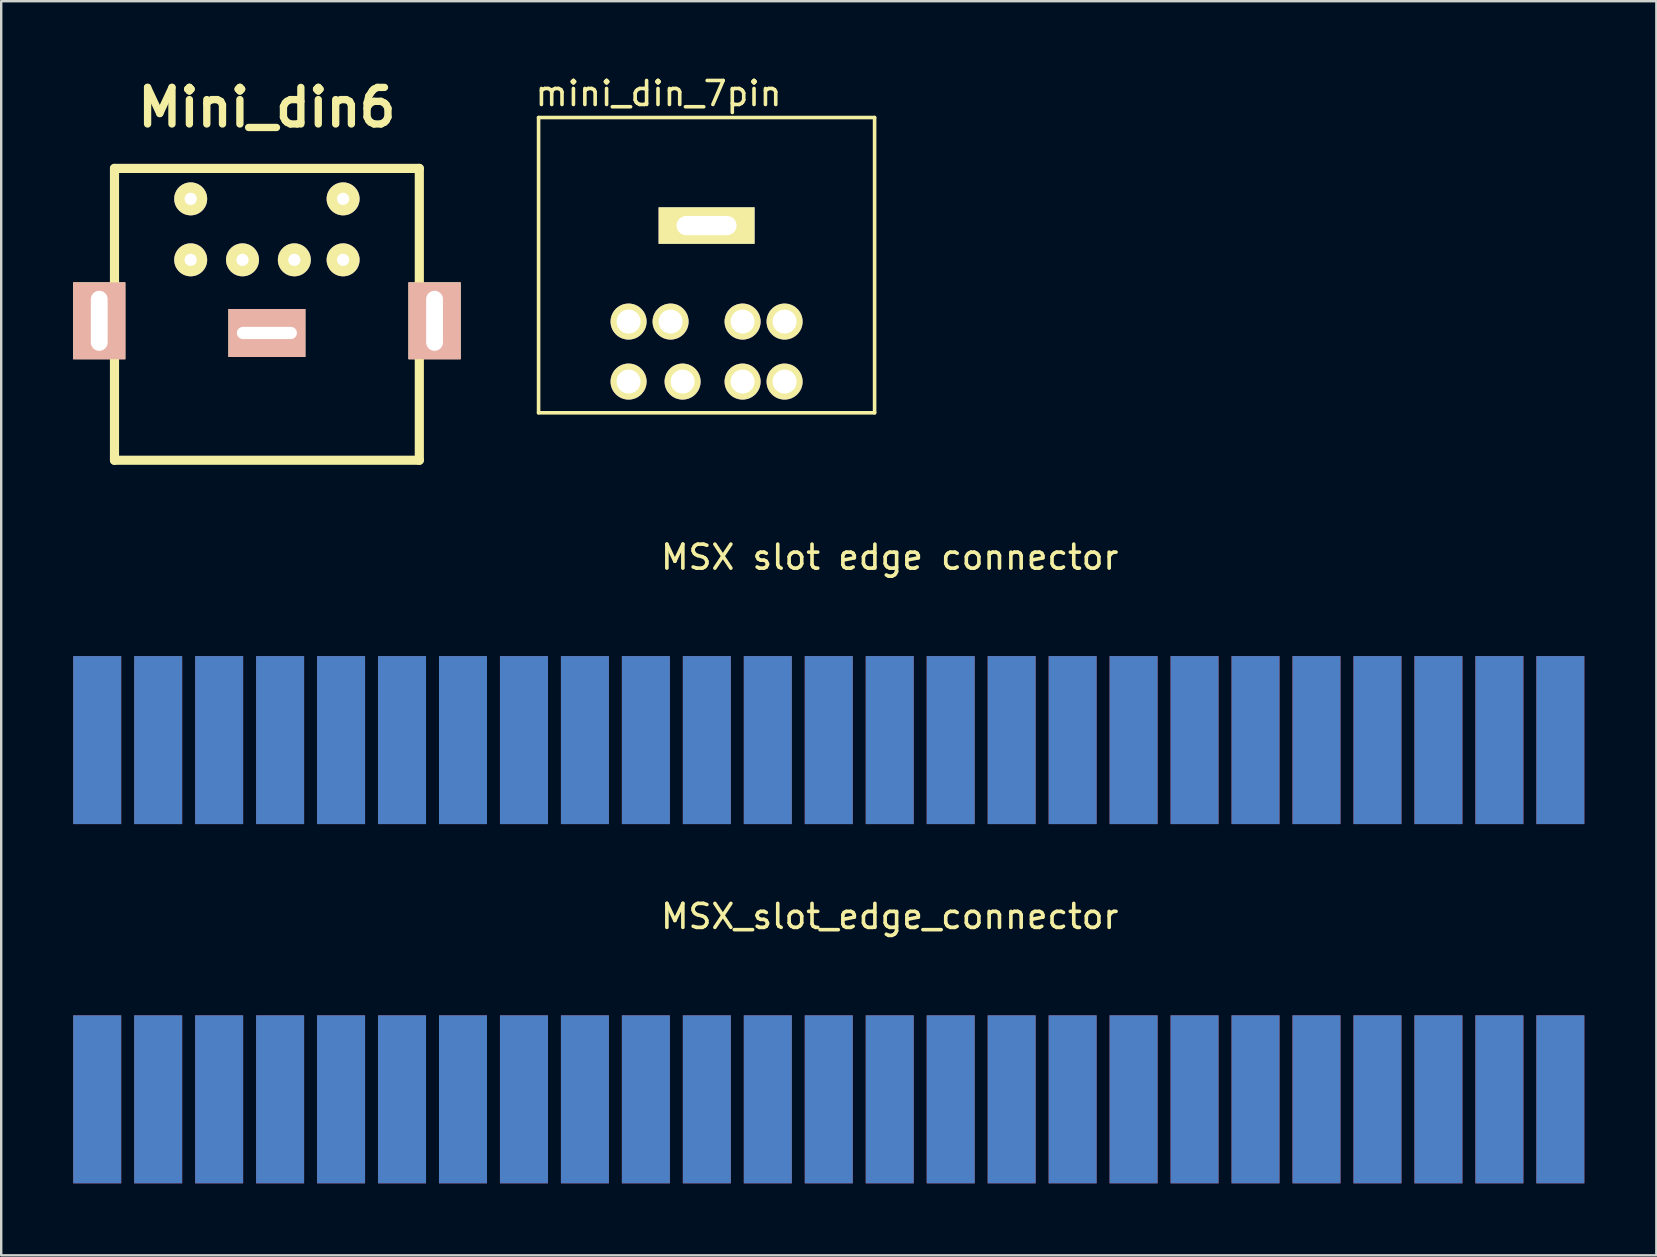
<source format=kicad_pcb>
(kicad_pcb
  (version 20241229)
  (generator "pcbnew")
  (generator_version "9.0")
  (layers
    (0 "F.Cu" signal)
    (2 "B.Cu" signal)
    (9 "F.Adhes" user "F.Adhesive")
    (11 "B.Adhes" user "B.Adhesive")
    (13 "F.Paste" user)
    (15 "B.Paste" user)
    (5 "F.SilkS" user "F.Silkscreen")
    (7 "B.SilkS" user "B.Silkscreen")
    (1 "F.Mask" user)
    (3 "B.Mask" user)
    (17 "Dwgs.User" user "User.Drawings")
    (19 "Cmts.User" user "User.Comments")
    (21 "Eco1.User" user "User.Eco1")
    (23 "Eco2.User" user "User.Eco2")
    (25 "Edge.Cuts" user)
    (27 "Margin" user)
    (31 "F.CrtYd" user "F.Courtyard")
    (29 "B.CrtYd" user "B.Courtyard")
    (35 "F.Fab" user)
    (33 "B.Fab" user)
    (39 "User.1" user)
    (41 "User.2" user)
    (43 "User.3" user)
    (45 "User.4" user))
  (footprint "Mini_din6"
    (layer "F.Cu")
    (at 1.72 3.946)
    (property "Reference" "Mini_din6" (at 6.35 -2.52 0) (layer "F.SilkS") (effects (font (size 1.524 1.524) (thickness 0.305))))
    (attr through_hole)
    (fp_line (start 0 0.02) (end 12.7 0.02) (stroke (width 0.381) (type solid)) (layer "F.SilkS"))
    (fp_line (start 0 6.37) (end 0 0.02) (stroke (width 0.381) (type solid)) (layer "F.SilkS"))
    (fp_line (start 0 12.18) (end 0 6.37) (stroke (width 0.381) (type solid)) (layer "F.SilkS"))
    (fp_line (start 12.7 0.02) (end 12.7 12.18) (stroke (width 0.381) (type solid)) (layer "F.SilkS"))
    (fp_line (start 12.7 12.18) (end 0 12.18) (stroke (width 0.381) (type solid)) (layer "F.SilkS"))
    (pad "1" thru_hole circle (at 7.493 3.83) (size 1.372 1.372) (drill 0.508) (layers "*.Cu" "*.Mask" "F.SilkS"))
    (pad "2" thru_hole circle (at 5.334 3.83) (size 1.372 1.372) (drill 0.508) (layers "*.Cu" "*.Mask" "F.SilkS"))
    (pad "3" thru_hole circle (at 9.525 3.83) (size 1.372 1.372) (drill 0.508) (layers "*.Cu" "*.Mask" "F.SilkS"))
    (pad "4" thru_hole circle (at 3.175 3.83) (size 1.372 1.372) (drill 0.508) (layers "*.Cu" "*.Mask" "F.SilkS"))
    (pad "5" thru_hole circle (at 9.525 1.29) (size 1.372 1.372) (drill 0.508) (layers "*.Cu" "*.Mask" "F.SilkS"))
    (pad "6" thru_hole circle (at 3.175 1.29) (size 1.372 1.372) (drill 0.508) (layers "*.Cu" "*.Mask" "F.SilkS"))
    (pad "GND" thru_hole rect (at -0.635 6.37) (size 2.169 3.2) (drill oval 0.7 2.5) (layers "*.Cu" "*.SilkS" "*.Mask"))
    (pad "GND" thru_hole rect (at 6.35 6.878) (size 3.2 2) (drill oval 2.5 0.508) (layers "*.Cu" "*.SilkS" "*.Mask"))
    (pad "GND" thru_hole rect (at 13.335 6.37) (size 2.169 3.2) (drill oval 0.7 2.5) (layers "*.Cu" "*.SilkS" "*.Mask")))
  (footprint "MSX_slot_edge_connector"
    (layer "F.Cu")
    (at 34.02 42.753)
    (property "Reference" "MSX_slot_edge_connector" (at 0 -7.62 0) (layer "F.SilkS") (effects (font (size 1 1) (thickness 0.15))))
    (attr through_hole)
    (pad "1" connect rect (at 27.94 0) (size 2 7) (layers "B.Cu" "B.Mask"))
    (pad "2" connect rect (at 27.94 0) (size 2 7) (layers "F.Cu" "F.Mask"))
    (pad "3" connect rect (at 25.4 0) (size 2 7) (layers "B.Cu" "B.Mask"))
    (pad "4" connect rect (at 25.4 0) (size 2 7) (layers "F.Cu" "F.Mask"))
    (pad "5" connect rect (at 22.86 0) (size 2 7) (layers "B.Cu" "B.Mask"))
    (pad "6" connect rect (at 22.86 0) (size 2 7) (layers "F.Cu" "F.Mask"))
    (pad "7" connect rect (at 20.32 0) (size 2 7) (layers "B.Cu" "B.Mask"))
    (pad "8" connect rect (at 20.32 0) (size 2 7) (layers "F.Cu" "F.Mask"))
    (pad "9" connect rect (at 17.78 0) (size 2 7) (layers "B.Cu" "B.Mask"))
    (pad "10" connect rect (at 17.78 0) (size 2 7) (layers "F.Cu" "F.Mask"))
    (pad "11" connect rect (at 15.24 0) (size 2 7) (layers "B.Cu" "B.Mask"))
    (pad "12" connect rect (at 15.24 0) (size 2 7) (layers "F.Cu" "F.Mask"))
    (pad "13" connect rect (at 12.7 0) (size 2 7) (layers "B.Cu" "B.Mask"))
    (pad "14" connect rect (at 12.7 0) (size 2 7) (layers "F.Cu" "F.Mask"))
    (pad "15" connect rect (at 10.16 0) (size 2 7) (layers "B.Cu" "B.Mask"))
    (pad "16" connect rect (at 10.16 0) (size 2 7) (layers "F.Cu" "F.Mask"))
    (pad "17" connect rect (at 7.62 0) (size 2 7) (layers "B.Cu" "B.Mask"))
    (pad "18" connect rect (at 7.62 0) (size 2 7) (layers "F.Cu" "F.Mask"))
    (pad "19" connect rect (at 5.08 0) (size 2 7) (layers "B.Cu" "B.Mask"))
    (pad "20" connect rect (at 5.08 0) (size 2 7) (layers "F.Cu" "F.Mask"))
    (pad "21" connect rect (at 2.54 0) (size 2 7) (layers "B.Cu" "B.Mask"))
    (pad "22" connect rect (at 2.54 0) (size 2 7) (layers "F.Cu" "F.Mask"))
    (pad "23" connect rect (at 0 0) (size 2 7) (layers "B.Cu" "B.Mask"))
    (pad "24" connect rect (at 0 0) (size 2 7) (layers "F.Cu" "F.Mask"))
    (pad "25" connect rect (at -2.54 0) (size 2 7) (layers "B.Cu" "B.Mask"))
    (pad "26" connect rect (at -2.54 0) (size 2 7) (layers "F.Cu" "F.Mask"))
    (pad "27" connect rect (at -5.08 0) (size 2 7) (layers "B.Cu" "B.Mask"))
    (pad "28" connect rect (at -5.08 0) (size 2 7) (layers "F.Cu" "F.Mask"))
    (pad "29" connect rect (at -7.62 0) (size 2 7) (layers "B.Cu" "B.Mask"))
    (pad "30" connect rect (at -7.62 0) (size 2 7) (layers "F.Cu" "F.Mask"))
    (pad "31" connect rect (at -10.16 0) (size 2 7) (layers "B.Cu" "B.Mask"))
    (pad "32" connect rect (at -10.16 0) (size 2 7) (layers "F.Cu" "F.Mask"))
    (pad "33" connect rect (at -12.7 0) (size 2 7) (layers "B.Cu" "B.Mask"))
    (pad "34" connect rect (at -12.7 0) (size 2 7) (layers "F.Cu" "F.Mask"))
    (pad "35" connect rect (at -15.24 0) (size 2 7) (layers "B.Cu" "B.Mask"))
    (pad "36" connect rect (at -15.24 0) (size 2 7) (layers "F.Cu" "F.Mask"))
    (pad "37" connect rect (at -17.78 0) (size 2 7) (layers "B.Cu" "B.Mask"))
    (pad "38" connect rect (at -17.78 0) (size 2 7) (layers "F.Cu" "F.Mask"))
    (pad "39" connect rect (at -20.32 0) (size 2 7) (layers "B.Cu" "B.Mask"))
    (pad "40" connect rect (at -20.32 0) (size 2 7) (layers "F.Cu" "F.Mask"))
    (pad "41" connect rect (at -22.86 0) (size 2 7) (layers "B.Cu" "B.Mask"))
    (pad "42" connect rect (at -22.86 0) (size 2 7) (layers "F.Cu" "F.Mask"))
    (pad "43" connect rect (at -25.4 0) (size 2 7) (layers "B.Cu" "B.Mask"))
    (pad "44" connect rect (at -25.4 0) (size 2 7) (layers "F.Cu" "F.Mask"))
    (pad "45" connect rect (at -27.94 0) (size 2 7) (layers "B.Cu" "B.Mask"))
    (pad "46" connect rect (at -27.94 0) (size 2 7) (layers "F.Cu" "F.Mask"))
    (pad "47" connect rect (at -30.48 0) (size 2 7) (layers "B.Cu" "B.Mask"))
    (pad "48" connect rect (at -30.48 0) (size 2 7) (layers "F.Cu" "F.Mask"))
    (pad "49" connect rect (at -33.02 0) (size 2 7) (layers "B.Cu" "B.Mask"))
    (pad "50" connect rect (at -33.02 0) (size 2 7) (layers "F.Cu" "F.Mask")))
  (footprint "mini_din_7pin"
    (layer "F.Cu")
    (at 19.389 1.848)
    (property "Reference" "mini_din_7pin" (at 5 -1 0) (layer "F.SilkS") (effects (font (size 1 1) (thickness 0.15))))
    (attr through_hole)
    (fp_line (start 0 0) (end 14 0) (stroke (width 0.15) (type solid)) (layer "F.SilkS"))
    (fp_line (start 0 12.3) (end 0 0) (stroke (width 0.15) (type solid)) (layer "F.SilkS"))
    (fp_line (start 14 0) (end 14 12.3) (stroke (width 0.15) (type solid)) (layer "F.SilkS"))
    (fp_line (start 14 12.3) (end 0 12.3) (stroke (width 0.15) (type solid)) (layer "F.SilkS"))
    (pad "1" thru_hole circle (at 5.5 8.5) (size 1.5 1.5) (drill 1) (layers "*.Cu" "*.Mask" "F.SilkS"))
    (pad "2" thru_hole circle (at 10.25 8.5) (size 1.5 1.5) (drill 1) (layers "*.Cu" "*.Mask" "F.SilkS"))
    (pad "3" thru_hole circle (at 8.5 11) (size 1.5 1.5) (drill 1) (layers "*.Cu" "*.Mask" "F.SilkS"))
    (pad "4" thru_hole circle (at 3.75 8.5) (size 1.5 1.5) (drill 1) (layers "*.Cu" "*.Mask" "F.SilkS"))
    (pad "5" thru_hole circle (at 10.25 11) (size 1.5 1.5) (drill 1) (layers "*.Cu" "*.Mask" "F.SilkS"))
    (pad "6" thru_hole circle (at 3.75 11) (size 1.5 1.5) (drill 1) (layers "*.Cu" "*.Mask" "F.SilkS"))
    (pad "7" thru_hole circle (at 6 11) (size 1.5 1.5) (drill 1) (layers "*.Cu" "*.Mask" "F.SilkS"))
    (pad "8" thru_hole circle (at 8.5 8.5) (size 1.5 1.5) (drill 1) (layers "*.Cu" "*.Mask" "F.SilkS"))
    (pad "9" thru_hole rect (at 7 4.5) (size 4 1.524) (drill oval 2.5 0.8) (layers "*.Cu" "*.Mask" "F.SilkS")))
  (footprint "MSX slot edge connector"
    (layer "F.Cu")
    (at 34.02 27.785)
    (property "Reference" "MSX slot edge connector" (at 0 -7.62 0) (layer "F.SilkS") (effects (font (size 1 1) (thickness 0.15))))
    (attr through_hole)
    (pad "1" smd rect (at 27.94 0) (size 2 7) (layers "F.Cu" "F.Mask" "F.Paste"))
    (pad "2" smd rect (at 27.94 0) (size 2 7) (layers "F.Mask" "B.Cu" "F.Paste"))
    (pad "3" smd rect (at 25.4 0) (size 2 7) (layers "F.Cu" "F.Mask" "F.Paste"))
    (pad "4" smd rect (at 25.4 0) (size 2 7) (layers "F.Mask" "B.Cu" "F.Paste"))
    (pad "5" smd rect (at 22.86 0) (size 2 7) (layers "F.Cu" "F.Mask" "F.Paste"))
    (pad "6" smd rect (at 22.86 0) (size 2 7) (layers "F.Mask" "B.Cu" "F.Paste"))
    (pad "7" smd rect (at 20.32 0) (size 2 7) (layers "F.Cu" "F.Mask" "F.Paste"))
    (pad "8" smd rect (at 20.32 0) (size 2 7) (layers "F.Mask" "B.Cu" "F.Paste"))
    (pad "9" smd rect (at 17.78 0) (size 2 7) (layers "F.Cu" "F.Mask" "F.Paste"))
    (pad "10" smd rect (at 17.78 0) (size 2 7) (layers "F.Mask" "B.Cu" "F.Paste"))
    (pad "11" smd rect (at 15.24 0) (size 2 7) (layers "F.Cu" "F.Mask" "F.Paste"))
    (pad "12" smd rect (at 15.24 0) (size 2 7) (layers "F.Mask" "B.Cu" "F.Paste"))
    (pad "13" smd rect (at 12.7 0) (size 2 7) (layers "F.Cu" "F.Mask" "F.Paste"))
    (pad "14" smd rect (at 12.7 0) (size 2 7) (layers "F.Mask" "B.Cu" "F.Paste"))
    (pad "15" smd rect (at 10.16 0) (size 2 7) (layers "F.Cu" "F.Mask" "F.Paste"))
    (pad "16" smd rect (at 10.16 0) (size 2 7) (layers "F.Mask" "B.Cu" "F.Paste"))
    (pad "17" smd rect (at 7.62 0) (size 2 7) (layers "F.Cu" "F.Mask" "F.Paste"))
    (pad "18" smd rect (at 7.62 0) (size 2 7) (layers "F.Mask" "B.Cu" "F.Paste"))
    (pad "19" smd rect (at 5.08 0) (size 2 7) (layers "F.Cu" "F.Mask" "F.Paste"))
    (pad "20" smd rect (at 5.08 0) (size 2 7) (layers "F.Mask" "B.Cu" "F.Paste"))
    (pad "21" smd rect (at 2.54 0) (size 2 7) (layers "F.Cu" "F.Mask" "F.Paste"))
    (pad "22" smd rect (at 2.54 0) (size 2 7) (layers "F.Mask" "B.Cu" "F.Paste"))
    (pad "23" smd rect (at 0 0) (size 2 7) (layers "F.Cu" "F.Mask" "F.Paste"))
    (pad "24" smd rect (at 0 0) (size 2 7) (layers "F.Mask" "B.Cu" "F.Paste"))
    (pad "25" smd rect (at -2.54 0) (size 2 7) (layers "F.Cu" "F.Mask" "F.Paste"))
    (pad "26" smd rect (at -2.54 0) (size 2 7) (layers "F.Mask" "B.Cu" "F.Paste"))
    (pad "27" smd rect (at -5.08 0) (size 2 7) (layers "F.Cu" "F.Mask" "F.Paste"))
    (pad "28" smd rect (at -5.08 0) (size 2 7) (layers "F.Mask" "B.Cu" "F.Paste"))
    (pad "29" smd rect (at -7.62 0) (size 2 7) (layers "F.Cu" "F.Mask" "F.Paste"))
    (pad "30" smd rect (at -7.62 0) (size 2 7) (layers "F.Mask" "B.Cu" "F.Paste"))
    (pad "31" smd rect (at -10.16 0) (size 2 7) (layers "F.Cu" "F.Mask" "F.Paste"))
    (pad "32" smd rect (at -10.16 0) (size 2 7) (layers "F.Mask" "B.Cu" "F.Paste"))
    (pad "33" smd rect (at -12.7 0) (size 2 7) (layers "F.Cu" "F.Mask" "F.Paste"))
    (pad "34" smd rect (at -12.7 0) (size 2 7) (layers "F.Mask" "B.Cu" "F.Paste"))
    (pad "35" smd rect (at -15.24 0) (size 2 7) (layers "F.Cu" "F.Mask" "F.Paste"))
    (pad "36" smd rect (at -15.24 0) (size 2 7) (layers "F.Mask" "B.Cu" "F.Paste"))
    (pad "37" smd rect (at -17.78 0) (size 2 7) (layers "F.Cu" "F.Mask" "F.Paste"))
    (pad "38" smd rect (at -17.78 0) (size 2 7) (layers "F.Mask" "B.Cu" "F.Paste"))
    (pad "39" smd rect (at -20.32 0) (size 2 7) (layers "F.Cu" "F.Mask" "F.Paste"))
    (pad "40" smd rect (at -20.32 0) (size 2 7) (layers "F.Mask" "B.Cu" "F.Paste"))
    (pad "41" smd rect (at -22.86 0) (size 2 7) (layers "F.Cu" "F.Mask" "F.Paste"))
    (pad "42" smd rect (at -22.86 0) (size 2 7) (layers "F.Mask" "B.Cu" "F.Paste"))
    (pad "43" smd rect (at -25.4 0) (size 2 7) (layers "F.Cu" "F.Mask" "F.Paste"))
    (pad "44" smd rect (at -25.4 0) (size 2 7) (layers "F.Mask" "B.Cu" "F.Paste"))
    (pad "45" smd rect (at -27.94 0) (size 2 7) (layers "F.Cu" "F.Mask" "F.Paste"))
    (pad "46" smd rect (at -27.94 0) (size 2 7) (layers "F.Mask" "B.Cu" "F.Paste"))
    (pad "47" smd rect (at -30.48 0) (size 2 7) (layers "F.Cu" "F.Mask" "F.Paste"))
    (pad "48" smd rect (at -30.48 0) (size 2 7) (layers "F.Mask" "B.Cu" "F.Paste"))
    (pad "49" smd rect (at -33.02 0) (size 2 7) (layers "F.Cu" "F.Mask" "F.Paste"))
    (pad "50" smd rect (at -33.02 0) (size 2 7) (layers "F.Mask" "B.Cu" "F.Paste")))
  (gr_rect
    (start -3 -3)
    (end 65.96 49.253)
    (stroke (width 0.1) (type default))
    (fill no)
    (layer "Edge.Cuts")))
</source>
